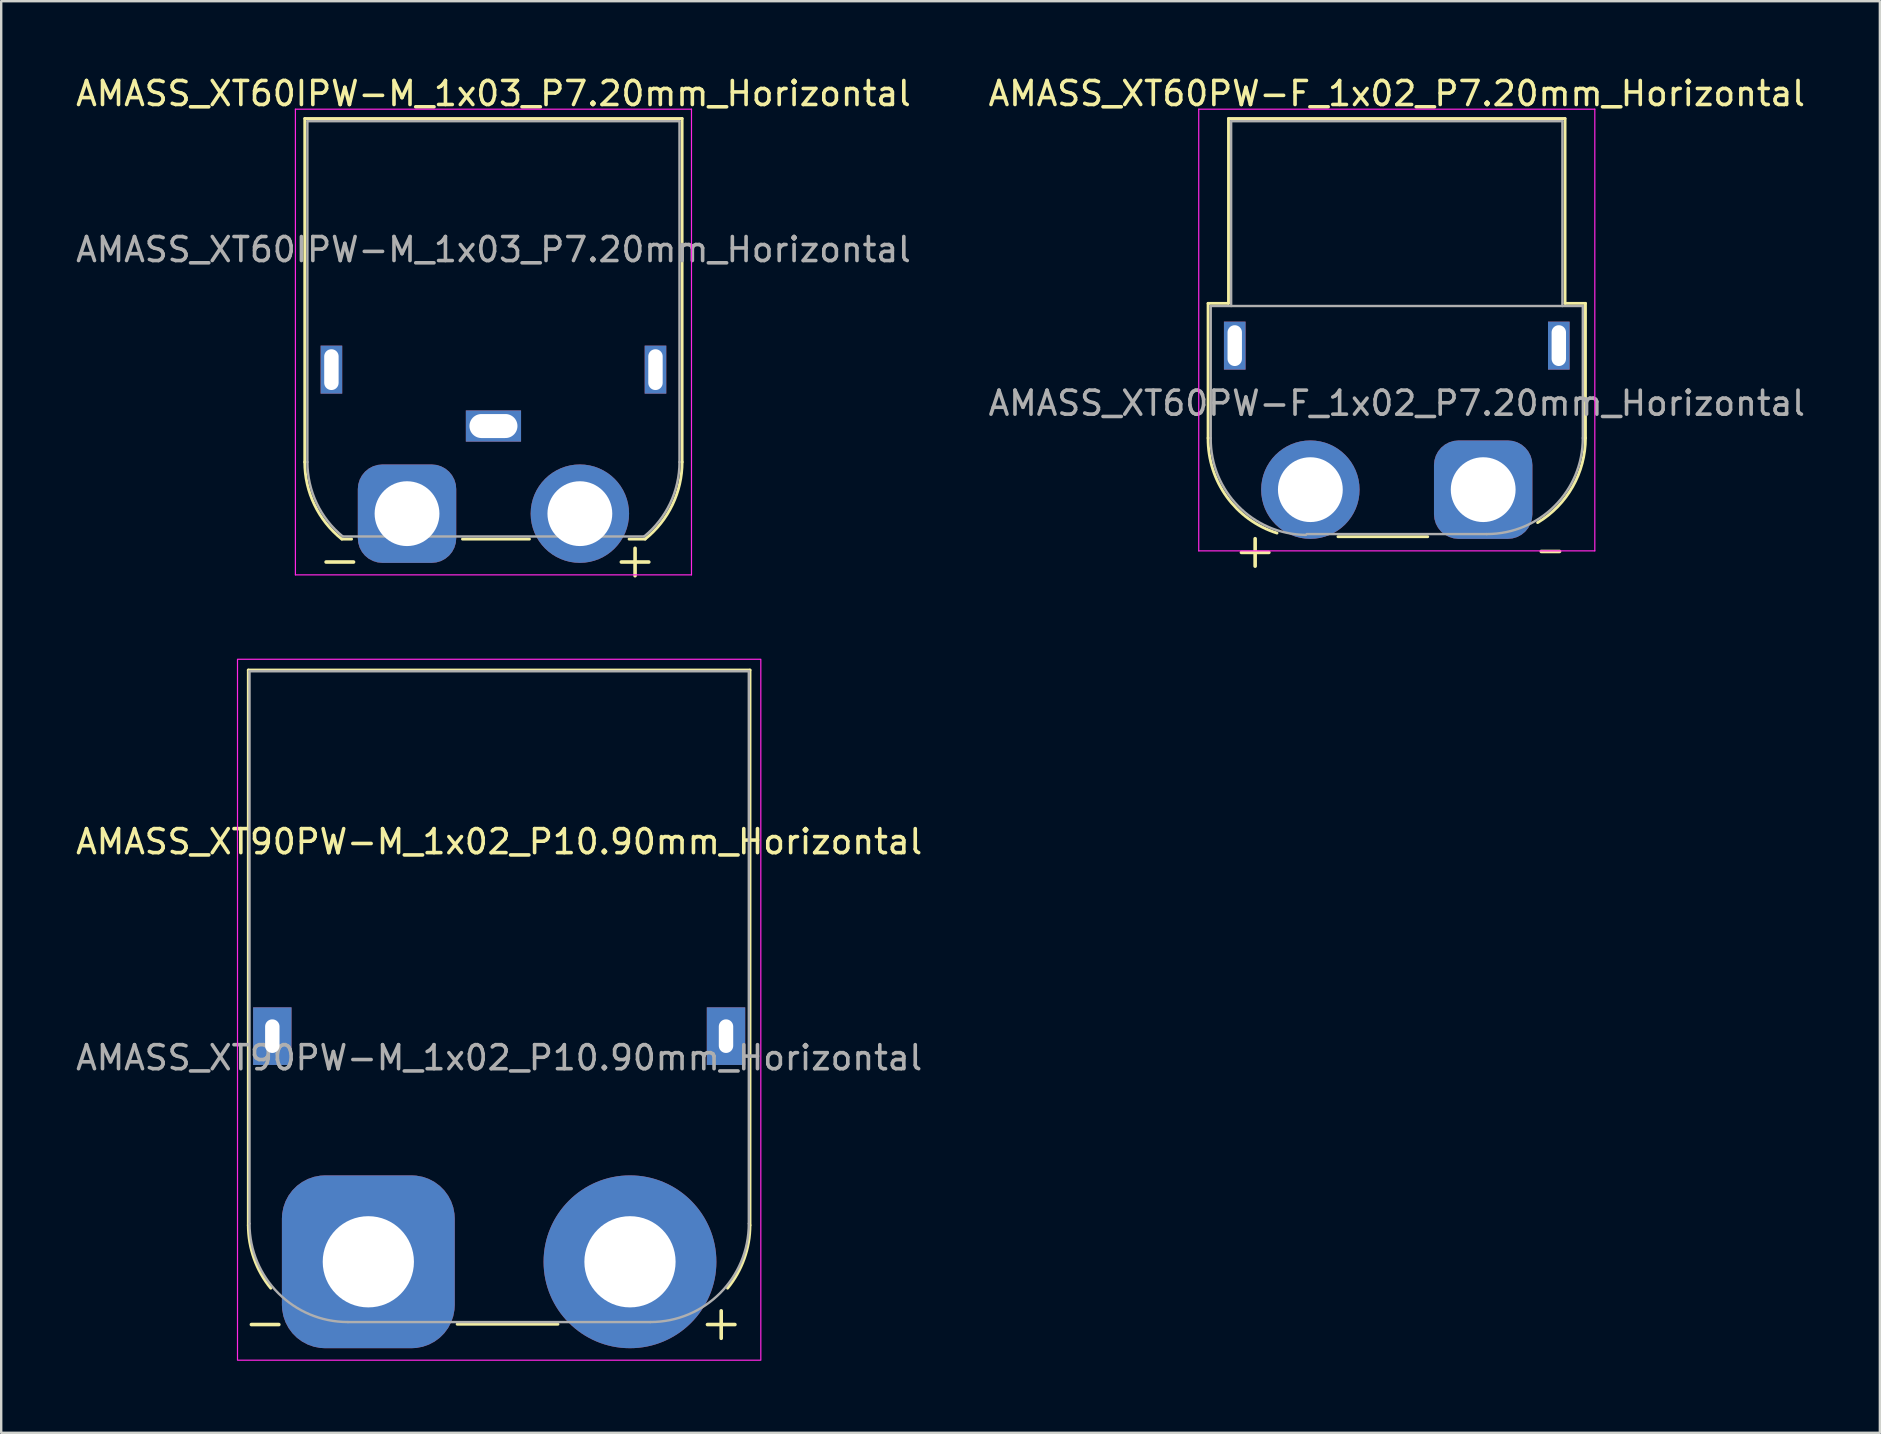
<source format=kicad_pcb>
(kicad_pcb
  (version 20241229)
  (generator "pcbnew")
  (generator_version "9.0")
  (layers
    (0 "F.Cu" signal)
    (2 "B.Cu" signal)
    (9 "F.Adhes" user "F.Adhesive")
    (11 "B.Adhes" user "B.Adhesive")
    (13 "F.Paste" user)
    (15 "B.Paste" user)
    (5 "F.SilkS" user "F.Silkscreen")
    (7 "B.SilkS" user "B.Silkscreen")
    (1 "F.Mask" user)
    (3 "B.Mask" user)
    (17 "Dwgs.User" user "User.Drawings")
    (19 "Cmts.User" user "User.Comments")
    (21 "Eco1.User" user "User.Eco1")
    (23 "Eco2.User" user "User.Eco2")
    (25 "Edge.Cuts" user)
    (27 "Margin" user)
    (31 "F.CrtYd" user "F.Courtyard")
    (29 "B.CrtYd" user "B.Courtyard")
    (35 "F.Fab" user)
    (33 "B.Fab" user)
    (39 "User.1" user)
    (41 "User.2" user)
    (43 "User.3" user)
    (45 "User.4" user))
  (footprint "AMASS_XT60IPW-M_1x03_P7.20mm_Horizontal"
    (layer "F.Cu")
    (at 13.906 18.348)
    (property "Reference" "AMASS_XT60IPW-M_1x03_P7.20mm_Horizontal" (at 3.6 -17.5 0) (layer "F.SilkS") (effects (font (size 1 1) (thickness 0.15))))
    (attr through_hole)
    (fp_line (start -4.26 -16.46) (end -4.26 -2.15) (stroke (width 0.12) (type solid)) (layer "F.SilkS"))
    (fp_line (start -4.26 -16.46) (end 11.46 -16.46) (stroke (width 0.12) (type solid)) (layer "F.SilkS"))
    (fp_line (start -2.71 1.06) (end -2.31 1.06) (stroke (width 0.12) (type solid)) (layer "F.SilkS"))
    (fp_line (start 2.31 1.06) (end 5.1 1.06) (stroke (width 0.12) (type solid)) (layer "F.SilkS"))
    (fp_line (start 9.25 1.06) (end 9.92 1.06) (stroke (width 0.12) (type solid)) (layer "F.SilkS"))
    (fp_line (start 11.46 -16.46) (end 11.46 -2.15) (stroke (width 0.12) (type solid)) (layer "F.SilkS"))
    (fp_arc (start -2.718715 1.058395) (mid -3.854694 -0.370298) (end -4.26 -2.15) (stroke (width 0.12) (type solid)) (layer "F.SilkS"))
    (fp_arc (start 11.46 -2.15) (mid 11.05498 -0.370894) (end 9.919747 1.057569) (stroke (width 0.12) (type solid)) (layer "F.SilkS"))
    (fp_line (start -4.65 -16.85) (end -4.65 2.55) (stroke (width 0.05) (type solid)) (layer "F.CrtYd"))
    (fp_line (start -4.65 -16.85) (end 11.85 -16.85) (stroke (width 0.05) (type solid)) (layer "F.CrtYd"))
    (fp_line (start 11.85 -16.85) (end 11.85 2.55) (stroke (width 0.05) (type solid)) (layer "F.CrtYd"))
    (fp_line (start 11.85 2.55) (end -4.65 2.55) (stroke (width 0.05) (type solid)) (layer "F.CrtYd"))
    (fp_line (start -4.15 -16.35) (end -4.15 -2.15) (stroke (width 0.1) (type solid)) (layer "F.Fab"))
    (fp_line (start -4.15 -16.35) (end 11.35 -16.35) (stroke (width 0.1) (type solid)) (layer "F.Fab"))
    (fp_line (start -2.67 0.95) (end 9.88 0.95) (stroke (width 0.1) (type solid)) (layer "F.Fab"))
    (fp_line (start 11.35 -16.35) (end 11.35 -2.15) (stroke (width 0.1) (type solid)) (layer "F.Fab"))
    (fp_arc (start -2.678117 0.949778) (mid -3.763341 -0.434259) (end -4.15 -2.15) (stroke (width 0.1) (type solid)) (layer "F.Fab"))
    (fp_arc (start 11.35 -2.15) (mid 10.963341 -0.434259) (end 9.878117 0.949778) (stroke (width 0.1) (type solid)) (layer "F.Fab"))
    (fp_text user "+" (at 9.5 1.9 0) (layer "F.SilkS") (effects (font (size 1.5 1.5) (thickness 0.15))))
    (fp_text user "-" (at -2.8 1.9 0) (layer "F.SilkS") (effects (font (size 1.5 1.5) (thickness 0.15))))
    (fp_text user "${REFERENCE}" (at 3.6 -11 0) (layer "F.Fab") (effects (font (size 1 1) (thickness 0.15))))
    (pad "" thru_hole rect (at -3.15 -6) (size 0.9 2) (drill oval 0.6 1.7) (layers "*.Cu" "*.Mask"))
    (pad "" thru_hole rect (at 10.35 -6) (size 0.9 2) (drill oval 0.6 1.7) (layers "*.Cu" "*.Mask"))
    (pad "1" thru_hole roundrect (at 0 0) (size 4.1 4.1) (drill 2.7) (layers "*.Cu" "*.Mask") (roundrect_rratio 0.25))
    (pad "2" thru_hole circle (at 7.2 0) (size 4.1 4.1) (drill 2.7) (layers "*.Cu" "*.Mask"))
    (pad "3" thru_hole rect (at 3.6 -3.65) (size 2.3 1.3) (drill oval 2 1) (layers "*.Cu" "*.Mask")))
  (footprint "AMASS_XT90PW-M_1x02_P10.90mm_Horizontal"
    (layer "F.Cu")
    (at 12.294 49.514)
    (property "Reference" "AMASS_XT90PW-M_1x02_P10.90mm_Horizontal" (at 5.45 -17.5 0) (layer "F.SilkS") (effects (font (size 1 1) (thickness 0.15))))
    (attr through_hole)
    (fp_line (start -5 -24.65) (end -5 -1.523) (stroke (width 0.12) (type solid)) (layer "F.SilkS"))
    (fp_line (start -5 -24.65) (end 15.9 -24.65) (stroke (width 0.12) (type solid)) (layer "F.SilkS"))
    (fp_line (start 3.7 2.6) (end 7.9 2.6) (stroke (width 0.12) (type solid)) (layer "F.SilkS"))
    (fp_line (start 15.9 -24.65) (end 15.9 -1.523) (stroke (width 0.12) (type solid)) (layer "F.SilkS"))
    (fp_arc (start -4.064641 1.1) (mid -4.759165 -0.130585) (end -5 -1.522958) (stroke (width 0.12) (type solid)) (layer "F.SilkS"))
    (fp_arc (start 15.9 -1.522958) (mid 15.659164 -0.130586) (end 14.964641 1.1) (stroke (width 0.12) (type solid)) (layer "F.SilkS"))
    (fp_rect (start -5.45 -25.1) (end 16.35 4.1) (stroke (width 0.05) (type default)) (fill no) (layer "F.CrtYd"))
    (fp_line (start -4.95 -24.6) (end -4.95 -1.59) (stroke (width 0.1) (type solid)) (layer "F.Fab"))
    (fp_line (start -4.95 -24.6) (end 15.85 -24.6) (stroke (width 0.1) (type solid)) (layer "F.Fab"))
    (fp_line (start -0.85 2.51) (end 11.75 2.51) (stroke (width 0.1) (type solid)) (layer "F.Fab"))
    (fp_line (start 15.85 -24.6) (end 15.85 -1.59) (stroke (width 0.1) (type solid)) (layer "F.Fab"))
    (fp_arc (start -0.85 2.51) (mid -3.749138 1.309138) (end -4.95 -1.59) (stroke (width 0.1) (type solid)) (layer "F.Fab"))
    (fp_arc (start 15.85 -1.59) (mid 14.649138 1.309138) (end 11.75 2.51) (stroke (width 0.1) (type solid)) (layer "F.Fab"))
    (fp_text user "-" (at -4.3 2.5 0) (layer "F.SilkS") (effects (font (size 1.5 1.5) (thickness 0.15))))
    (fp_text user "+" (at 14.7 2.5 0) (layer "F.SilkS") (effects (font (size 1.5 1.5) (thickness 0.15))))
    (fp_text user "${REFERENCE}" (at 5.45 -8.5 0) (layer "F.Fab") (effects (font (size 1 1) (thickness 0.15))))
    (pad "1" thru_hole roundrect (at 0 0) (size 7.2 7.2) (drill 3.8) (layers "*.Cu" "*.Mask") (roundrect_rratio 0.25))
    (pad "2" thru_hole circle (at 10.9 0) (size 7.2 7.2) (drill 3.8) (layers "*.Cu" "*.Mask"))
    (pad "MP" thru_hole rect (at -4 -9.4) (size 1.6 2.4) (drill oval 0.6 1.4) (layers "*.Cu" "*.Mask"))
    (pad "MP" thru_hole rect (at 14.9 -9.4) (size 1.6 2.4) (drill oval 0.6 1.4) (layers "*.Cu" "*.Mask")))
  (footprint "AMASS_XT60PW-F_1x02_P7.20mm_Horizontal"
    (layer "F.Cu")
    (at 58.737 17.348)
    (property "Reference" "AMASS_XT60PW-F_1x02_P7.20mm_Horizontal" (at -3.6 -16.5 0) (layer "F.SilkS") (effects (font (size 1 1) (thickness 0.15))))
    (attr through_hole)
    (fp_line (start -11.46 -7.76) (end -11.46 -2.15) (stroke (width 0.12) (type solid)) (layer "F.SilkS"))
    (fp_line (start -11.46 -7.76) (end -10.61 -7.76) (stroke (width 0.12) (type solid)) (layer "F.SilkS"))
    (fp_line (start -10.61 -15.46) (end -10.61 -7.76) (stroke (width 0.12) (type solid)) (layer "F.SilkS"))
    (fp_line (start -10.61 -15.46) (end 3.41 -15.46) (stroke (width 0.12) (type solid)) (layer "F.SilkS"))
    (fp_line (start -6.05 1.96) (end -2.31 1.96) (stroke (width 0.12) (type solid)) (layer "F.SilkS"))
    (fp_line (start 3.41 -15.46) (end 3.41 -7.76) (stroke (width 0.12) (type solid)) (layer "F.SilkS"))
    (fp_line (start 3.41 -7.76) (end 4.26 -7.76) (stroke (width 0.12) (type solid)) (layer "F.SilkS"))
    (fp_line (start 4.26 -7.76) (end 4.26 -2.15) (stroke (width 0.12) (type solid)) (layer "F.SilkS"))
    (fp_arc (start -8.5899 1.808718) (mid -10.677645 0.302568) (end -11.46 -2.15) (stroke (width 0.12) (type solid)) (layer "F.SilkS"))
    (fp_arc (start 4.26 -2.15) (mid 3.727162 -0.126139) (end 2.266806 1.372958) (stroke (width 0.12) (type solid)) (layer "F.SilkS"))
    (fp_line (start -11.85 -15.85) (end -11.85 2.55) (stroke (width 0.05) (type solid)) (layer "F.CrtYd"))
    (fp_line (start -11.85 -15.85) (end 4.65 -15.85) (stroke (width 0.05) (type solid)) (layer "F.CrtYd"))
    (fp_line (start 4.65 2.55) (end -11.85 2.55) (stroke (width 0.05) (type solid)) (layer "F.CrtYd"))
    (fp_line (start 4.65 2.55) (end 4.65 -15.85) (stroke (width 0.05) (type solid)) (layer "F.CrtYd"))
    (fp_line (start -11.35 -7.65) (end -11.35 -2.15) (stroke (width 0.1) (type solid)) (layer "F.Fab"))
    (fp_line (start -11.35 -7.65) (end 4.15 -7.65) (stroke (width 0.1) (type solid)) (layer "F.Fab"))
    (fp_line (start -10.5 -15.35) (end 3.3 -15.35) (stroke (width 0.1) (type solid)) (layer "F.Fab"))
    (fp_line (start -10.5 -7.65) (end -10.5 -15.35) (stroke (width 0.1) (type solid)) (layer "F.Fab"))
    (fp_line (start -7.35 1.85) (end 0.15 1.85) (stroke (width 0.1) (type solid)) (layer "F.Fab"))
    (fp_line (start 3.3 -7.65) (end 3.3 -15.35) (stroke (width 0.1) (type solid)) (layer "F.Fab"))
    (fp_line (start 4.15 -7.65) (end 4.15 -2.15) (stroke (width 0.1) (type solid)) (layer "F.Fab"))
    (fp_arc (start -7.385 1.885) (mid -10.203176 0.688678) (end -11.35 -2.15) (stroke (width 0.1) (type solid)) (layer "F.Fab"))
    (fp_arc (start 4.15 -2.15) (mid 2.978427 0.678427) (end 0.15 1.85) (stroke (width 0.1) (type solid)) (layer "F.Fab"))
    (fp_text user "+" (at -9.5 2.5 0) (layer "F.SilkS") (effects (font (size 1.5 1.5) (thickness 0.15))))
    (fp_text user "-" (at 2.8 2.5 0) (layer "F.SilkS") (effects (font (size 1 1) (thickness 0.15))))
    (fp_text user "${REFERENCE}" (at -3.6 -3.6 0) (layer "F.Fab") (effects (font (size 1 1) (thickness 0.15))))
    (pad "" thru_hole rect (at -10.35 -6) (size 0.9 2) (drill oval 0.6 1.7) (layers "*.Cu" "*.Mask"))
    (pad "" thru_hole rect (at 3.15 -6) (size 0.9 2) (drill oval 0.6 1.7) (layers "*.Cu" "*.Mask"))
    (pad "1" thru_hole roundrect (at 0 0) (size 4.1 4.1) (drill 2.7) (layers "*.Cu" "*.Mask") (roundrect_rratio 0.25))
    (pad "2" thru_hole circle (at -7.2 0) (size 4.1 4.1) (drill 2.7) (layers "*.Cu" "*.Mask")))
  (gr_rect
    (start -3 -3)
    (end 75.262 56.639)
    (stroke (width 0.1) (type default))
    (fill no)
    (layer "Edge.Cuts")))
</source>
